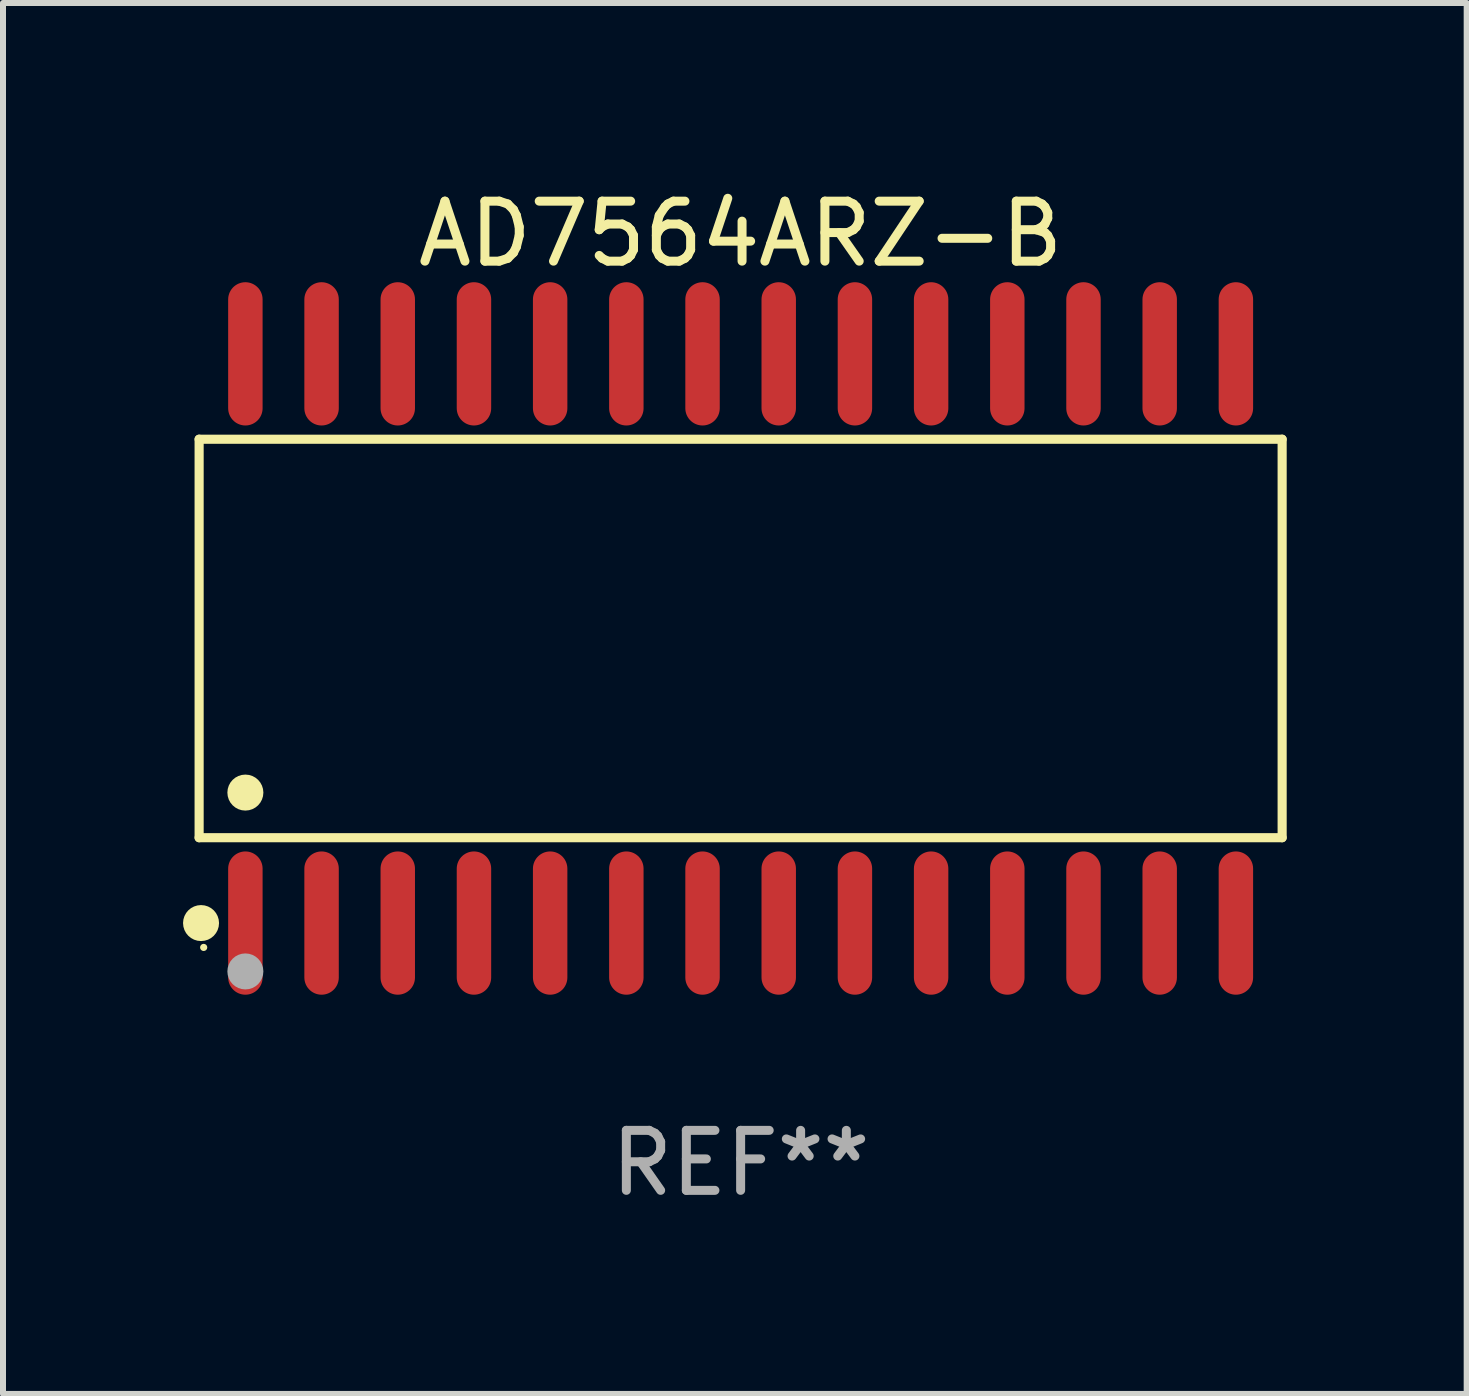
<source format=kicad_pcb>
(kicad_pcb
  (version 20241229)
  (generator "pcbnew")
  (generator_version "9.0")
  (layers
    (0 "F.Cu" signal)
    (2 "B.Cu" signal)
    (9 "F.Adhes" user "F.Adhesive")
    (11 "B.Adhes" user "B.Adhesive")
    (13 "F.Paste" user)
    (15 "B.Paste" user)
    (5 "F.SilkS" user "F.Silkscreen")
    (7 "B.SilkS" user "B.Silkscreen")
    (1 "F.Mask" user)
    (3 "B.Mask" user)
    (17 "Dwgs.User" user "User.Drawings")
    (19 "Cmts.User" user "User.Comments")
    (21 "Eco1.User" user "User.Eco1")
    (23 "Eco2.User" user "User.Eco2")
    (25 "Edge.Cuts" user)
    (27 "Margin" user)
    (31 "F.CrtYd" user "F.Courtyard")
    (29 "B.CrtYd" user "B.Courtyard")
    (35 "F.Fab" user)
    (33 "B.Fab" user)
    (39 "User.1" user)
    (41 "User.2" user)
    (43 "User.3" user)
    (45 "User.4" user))
  (footprint "AD7564ARZ-B"
    (layer "F.Cu")
    (at 9.295 7.592)
    (property "Reference" "AD7564ARZ-B" (at 0 -6.744 0) (layer "F.SilkS") (effects (font (size 1 1) (thickness 0.15))))
    (attr through_hole)
    (fp_line (start -9.026 -3.321) (end 9.026 -3.321) (stroke (width 0.152) (type solid)) (layer "F.SilkS"))
    (fp_line (start -9.026 3.321) (end -9.026 -3.321) (stroke (width 0.152) (type solid)) (layer "F.SilkS"))
    (fp_line (start 9.026 -3.321) (end 9.026 3.321) (stroke (width 0.152) (type solid)) (layer "F.SilkS"))
    (fp_line (start 9.026 3.321) (end -9.026 3.321) (stroke (width 0.152) (type solid)) (layer "F.SilkS"))
    (fp_circle (center -8.994 4.744) (end -8.844 4.744) (stroke (width 0.3) (type solid)) (fill no) (layer "F.SilkS"))
    (fp_circle (center -8.95 5.15) (end -8.92 5.15) (stroke (width 0.06) (type solid)) (fill no) (layer "F.SilkS"))
    (fp_circle (center -8.255 2.569) (end -8.105 2.569) (stroke (width 0.3) (type solid)) (fill no) (layer "F.SilkS"))
    (fp_circle (center -8.255 5.55) (end -8.105 5.55) (stroke (width 0.3) (type solid)) (fill no) (layer "F.Fab"))
    (fp_text user "REF**" (at 0 8.744 0) (layer "F.Fab") (effects (font (size 1 1) (thickness 0.15))))
    (pad "1" smd oval (at -8.255 4.744) (size 0.574 2.388) (layers "F.Cu" "F.Mask" "F.Paste"))
    (pad "2" smd oval (at -6.985 4.744) (size 0.574 2.388) (layers "F.Cu" "F.Mask" "F.Paste"))
    (pad "3" smd oval (at -5.715 4.744) (size 0.574 2.388) (layers "F.Cu" "F.Mask" "F.Paste"))
    (pad "4" smd oval (at -4.445 4.744) (size 0.574 2.388) (layers "F.Cu" "F.Mask" "F.Paste"))
    (pad "5" smd oval (at -3.175 4.744) (size 0.574 2.388) (layers "F.Cu" "F.Mask" "F.Paste"))
    (pad "6" smd oval (at -1.905 4.744) (size 0.574 2.388) (layers "F.Cu" "F.Mask" "F.Paste"))
    (pad "7" smd oval (at -0.635 4.744) (size 0.574 2.388) (layers "F.Cu" "F.Mask" "F.Paste"))
    (pad "8" smd oval (at 0.635 4.744) (size 0.574 2.388) (layers "F.Cu" "F.Mask" "F.Paste"))
    (pad "9" smd oval (at 1.905 4.744) (size 0.574 2.388) (layers "F.Cu" "F.Mask" "F.Paste"))
    (pad "10" smd oval (at 3.175 4.744) (size 0.574 2.388) (layers "F.Cu" "F.Mask" "F.Paste"))
    (pad "11" smd oval (at 4.445 4.744) (size 0.574 2.388) (layers "F.Cu" "F.Mask" "F.Paste"))
    (pad "12" smd oval (at 5.715 4.744) (size 0.574 2.388) (layers "F.Cu" "F.Mask" "F.Paste"))
    (pad "13" smd oval (at 6.985 4.744) (size 0.574 2.388) (layers "F.Cu" "F.Mask" "F.Paste"))
    (pad "14" smd oval (at 8.255 4.744) (size 0.574 2.388) (layers "F.Cu" "F.Mask" "F.Paste"))
    (pad "15" smd oval (at 8.255 -4.744) (size 0.574 2.388) (layers "F.Cu" "F.Mask" "F.Paste"))
    (pad "16" smd oval (at 6.985 -4.744) (size 0.574 2.388) (layers "F.Cu" "F.Mask" "F.Paste"))
    (pad "17" smd oval (at 5.715 -4.744) (size 0.574 2.388) (layers "F.Cu" "F.Mask" "F.Paste"))
    (pad "18" smd oval (at 4.445 -4.744) (size 0.574 2.388) (layers "F.Cu" "F.Mask" "F.Paste"))
    (pad "19" smd oval (at 3.175 -4.744) (size 0.574 2.388) (layers "F.Cu" "F.Mask" "F.Paste"))
    (pad "20" smd oval (at 1.905 -4.744) (size 0.574 2.388) (layers "F.Cu" "F.Mask" "F.Paste"))
    (pad "21" smd oval (at 0.635 -4.744) (size 0.574 2.388) (layers "F.Cu" "F.Mask" "F.Paste"))
    (pad "22" smd oval (at -0.635 -4.744) (size 0.574 2.388) (layers "F.Cu" "F.Mask" "F.Paste"))
    (pad "23" smd oval (at -1.905 -4.744) (size 0.574 2.388) (layers "F.Cu" "F.Mask" "F.Paste"))
    (pad "24" smd oval (at -3.175 -4.744) (size 0.574 2.388) (layers "F.Cu" "F.Mask" "F.Paste"))
    (pad "25" smd oval (at -4.445 -4.744) (size 0.574 2.388) (layers "F.Cu" "F.Mask" "F.Paste"))
    (pad "26" smd oval (at -5.715 -4.744) (size 0.574 2.388) (layers "F.Cu" "F.Mask" "F.Paste"))
    (pad "27" smd oval (at -6.985 -4.744) (size 0.574 2.388) (layers "F.Cu" "F.Mask" "F.Paste"))
    (pad "28" smd oval (at -8.255 -4.744) (size 0.574 2.388) (layers "F.Cu" "F.Mask" "F.Paste")))
  (gr_rect
    (start -3 -3)
    (end 21.397 20.184)
    (stroke (width 0.1) (type default))
    (fill no)
    (layer "Edge.Cuts")))
</source>
